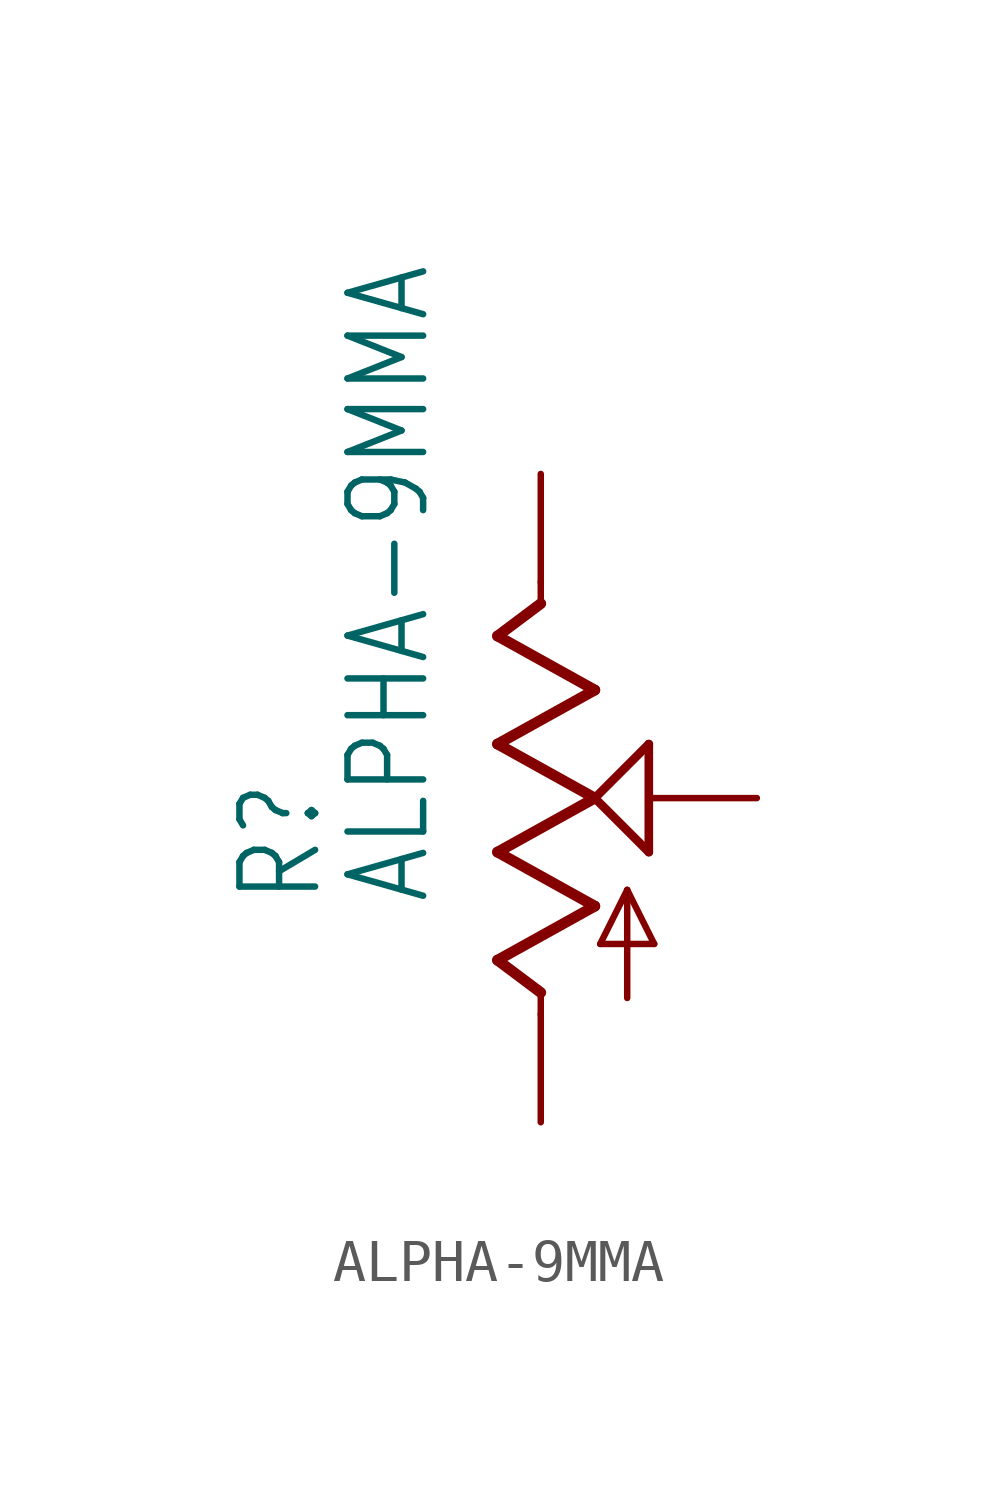
<source format=kicad_sym>
(kicad_symbol_lib
  (version 20211014)
  (generator kicad_symbol_editor)
  (symbol "ALPHA-9MMA"
    (property "Reference" "R"
      (at -5.08 -2.54 90)
      (effects (font (size 1.778 1.511)) (justify left bottom)))
    (property "Value" "ALPHA-9MMA"
      (at -2.54 -2.54 90)
      (effects (font (size 1.778 1.511)) (justify left bottom)))
    (property "ki_locked" ""
      (at 0 0 0)
      (effects (font (size 1.27 1.27))))
    (symbol "ALPHA-9MMA_1_0"
      (polyline (pts (xy -1.016 -3.81) (xy 1.27 -2.54)) (stroke (width 0.254) (type default) (color 0 0 0 0)) (fill (type none)))
      (polyline (pts (xy -1.016 -1.27) (xy 1.27 0)) (stroke (width 0.254) (type default) (color 0 0 0 0)) (fill (type none)))
      (polyline (pts (xy -1.016 1.27) (xy 1.27 2.54)) (stroke (width 0.254) (type default) (color 0 0 0 0)) (fill (type none)))
      (polyline (pts (xy -1.016 3.81) (xy 0 4.572)) (stroke (width 0.254) (type default) (color 0 0 0 0)) (fill (type none)))
      (polyline (pts (xy 0 -5.08) (xy 0 -4.572)) (stroke (width 0.152) (type default) (color 0 0 0 0)) (fill (type none)))
      (polyline (pts (xy 0 -4.572) (xy -1.016 -3.81)) (stroke (width 0.254) (type default) (color 0 0 0 0)) (fill (type none)))
      (polyline (pts (xy 0 4.572) (xy 0 5.08)) (stroke (width 0.152) (type default) (color 0 0 0 0)) (fill (type none)))
      (polyline (pts (xy 1.27 -2.54) (xy -1.016 -1.27)) (stroke (width 0.254) (type default) (color 0 0 0 0)) (fill (type none)))
      (polyline (pts (xy 1.27 0) (xy -1.016 1.27)) (stroke (width 0.254) (type default) (color 0 0 0 0)) (fill (type none)))
      (polyline (pts (xy 1.27 0) (xy 2.54 1.27)) (stroke (width 0.203) (type default) (color 0 0 0 0)) (fill (type none)))
      (polyline (pts (xy 1.27 2.54) (xy -1.016 3.81)) (stroke (width 0.254) (type default) (color 0 0 0 0)) (fill (type none)))
      (polyline (pts (xy 1.397 -3.429) (xy 2.032 -2.159)) (stroke (width 0.152) (type default) (color 0 0 0 0)) (fill (type none)))
      (polyline (pts (xy 2.032 -4.699) (xy 2.032 -2.159)) (stroke (width 0.152) (type default) (color 0 0 0 0)) (fill (type none)))
      (polyline (pts (xy 2.032 -2.159) (xy 2.667 -3.429)) (stroke (width 0.152) (type default) (color 0 0 0 0)) (fill (type none)))
      (polyline (pts (xy 2.54 -1.27) (xy 1.27 0)) (stroke (width 0.203) (type default) (color 0 0 0 0)) (fill (type none)))
      (polyline (pts (xy 2.54 1.27) (xy 2.54 -1.27)) (stroke (width 0.203) (type default) (color 0 0 0 0)) (fill (type none)))
      (polyline (pts (xy 2.667 -3.429) (xy 1.397 -3.429)) (stroke (width 0.152) (type default) (color 0 0 0 0)) (fill (type none)))
      (pin passive line (at 0 -7.62 90) (length 2.54) (name "A" (effects (font (size 0 0)))) (number "1" (effects (font (size 0 0)))))
      (pin passive line (at 5.08 0 180) (length 2.54) (name "S" (effects (font (size 0 0)))) (number "2" (effects (font (size 0 0)))))
      (pin passive line (at 0 7.62 270) (length 2.54) (name "E" (effects (font (size 0 0)))) (number "3" (effects (font (size 0 0))))))))
</source>
